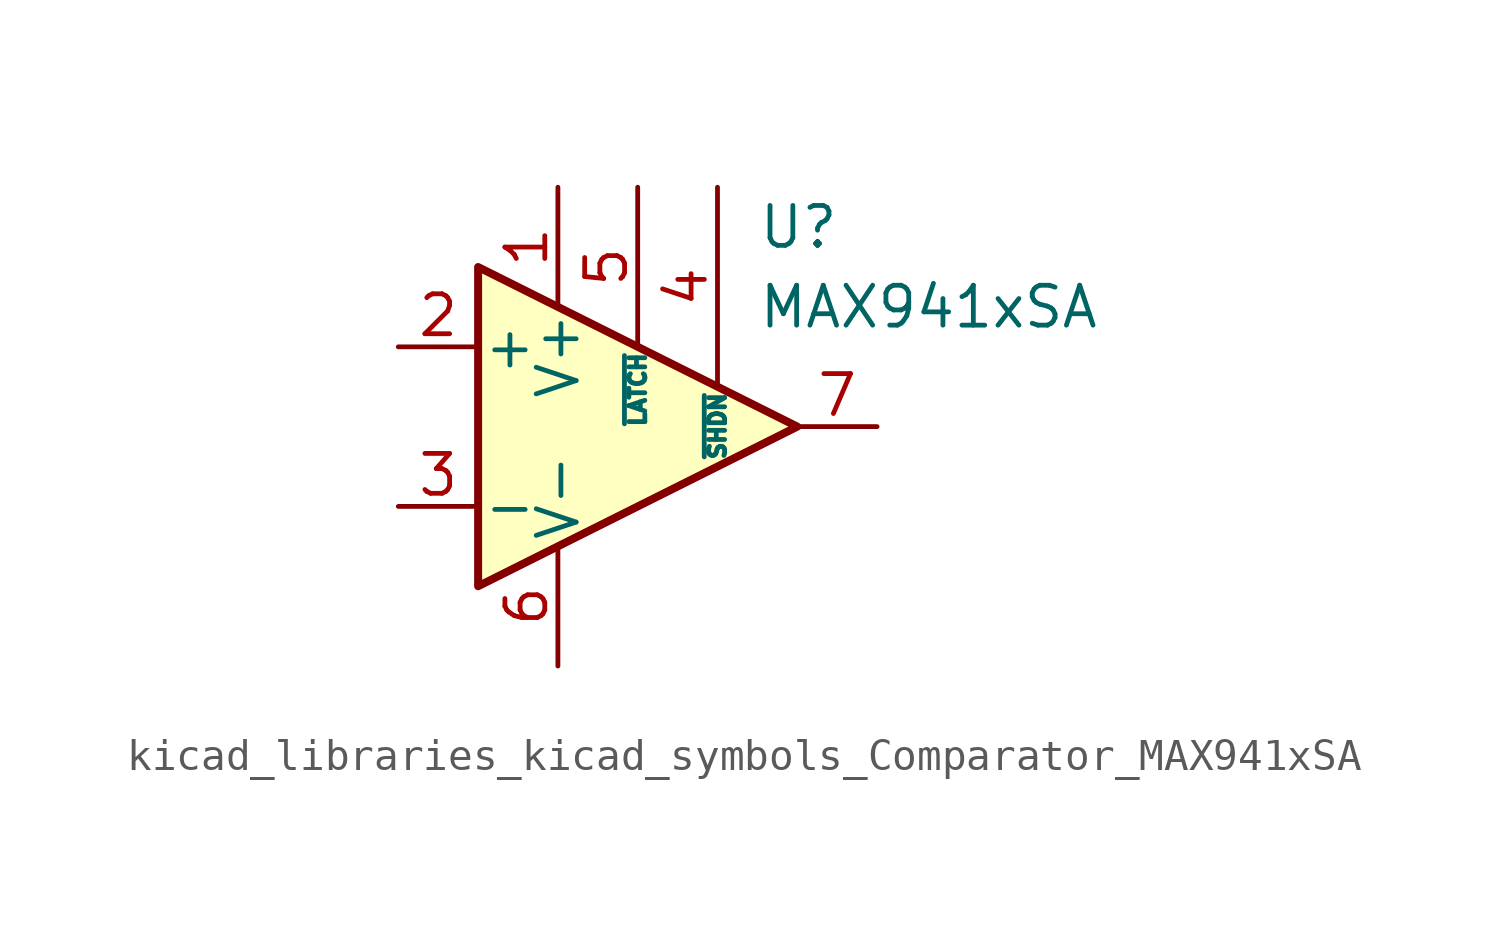
<source format=kicad_sym>
(kicad_symbol_lib
  (version 20220914)
  (generator kicad_symbol_editor)
  (symbol "kicad_libraries_kicad_symbols_Comparator_MAX941xSA"
    (pin_names
      (offset 0.127))
    (property "Reference" "U"
      (at 3.81 6.35 0)
      (effects (font (size 1.27 1.27)) (justify left)))
    (property "Value" "MAX941xSA"
      (at 3.81 3.81 0)
      (effects (font (size 1.27 1.27)) (justify left)))
    (symbol "kicad_libraries_kicad_symbols_Comparator_MAX941xSA_0_1"
      (polyline (pts (xy -5.08 5.08) (xy -5.08 -5.08) (xy 5.08 0) (xy -5.08 5.08)) (stroke (width 0.254) (type default)) (fill (type background))))
    (symbol "kicad_libraries_kicad_symbols_Comparator_MAX941xSA_1_1"
      (pin power_in line (at -2.54 7.62 270) (length 3.81) (name "V+" (effects (font (size 1.27 1.27)))) (number "1" (effects (font (size 1.27 1.27)))))
      (pin input line (at -7.62 2.54 0) (length 2.54) (name "+" (effects (font (size 1.27 1.27)))) (number "2" (effects (font (size 1.27 1.27)))))
      (pin input line (at -7.62 -2.54 0) (length 2.54) (name "-" (effects (font (size 1.27 1.27)))) (number "3" (effects (font (size 1.27 1.27)))))
      (pin input line (at 2.54 7.62 270) (length 6.35) (name "~{SHDN}" (effects (font (size 0.508 0.508)))) (number "4" (effects (font (size 1.27 1.27)))))
      (pin input line (at 0 7.62 270) (length 5.08) (name "~{LATCH}" (effects (font (size 0.508 0.508)))) (number "5" (effects (font (size 1.27 1.27)))))
      (pin power_in line (at -2.54 -7.62 90) (length 3.81) (name "V-" (effects (font (size 1.27 1.27)))) (number "6" (effects (font (size 1.27 1.27)))))
      (pin output line (at 7.62 0 180) (length 2.54) (name "~" (effects (font (size 1.27 1.27)))) (number "7" (effects (font (size 1.27 1.27)))))
      (pin no_connect line (at 0 -2.54 90) (length 2.54) hide (name "NC" (effects (font (size 0.508 0.508)))) (number "8" (effects (font (size 1.27 1.27))))))))
</source>
